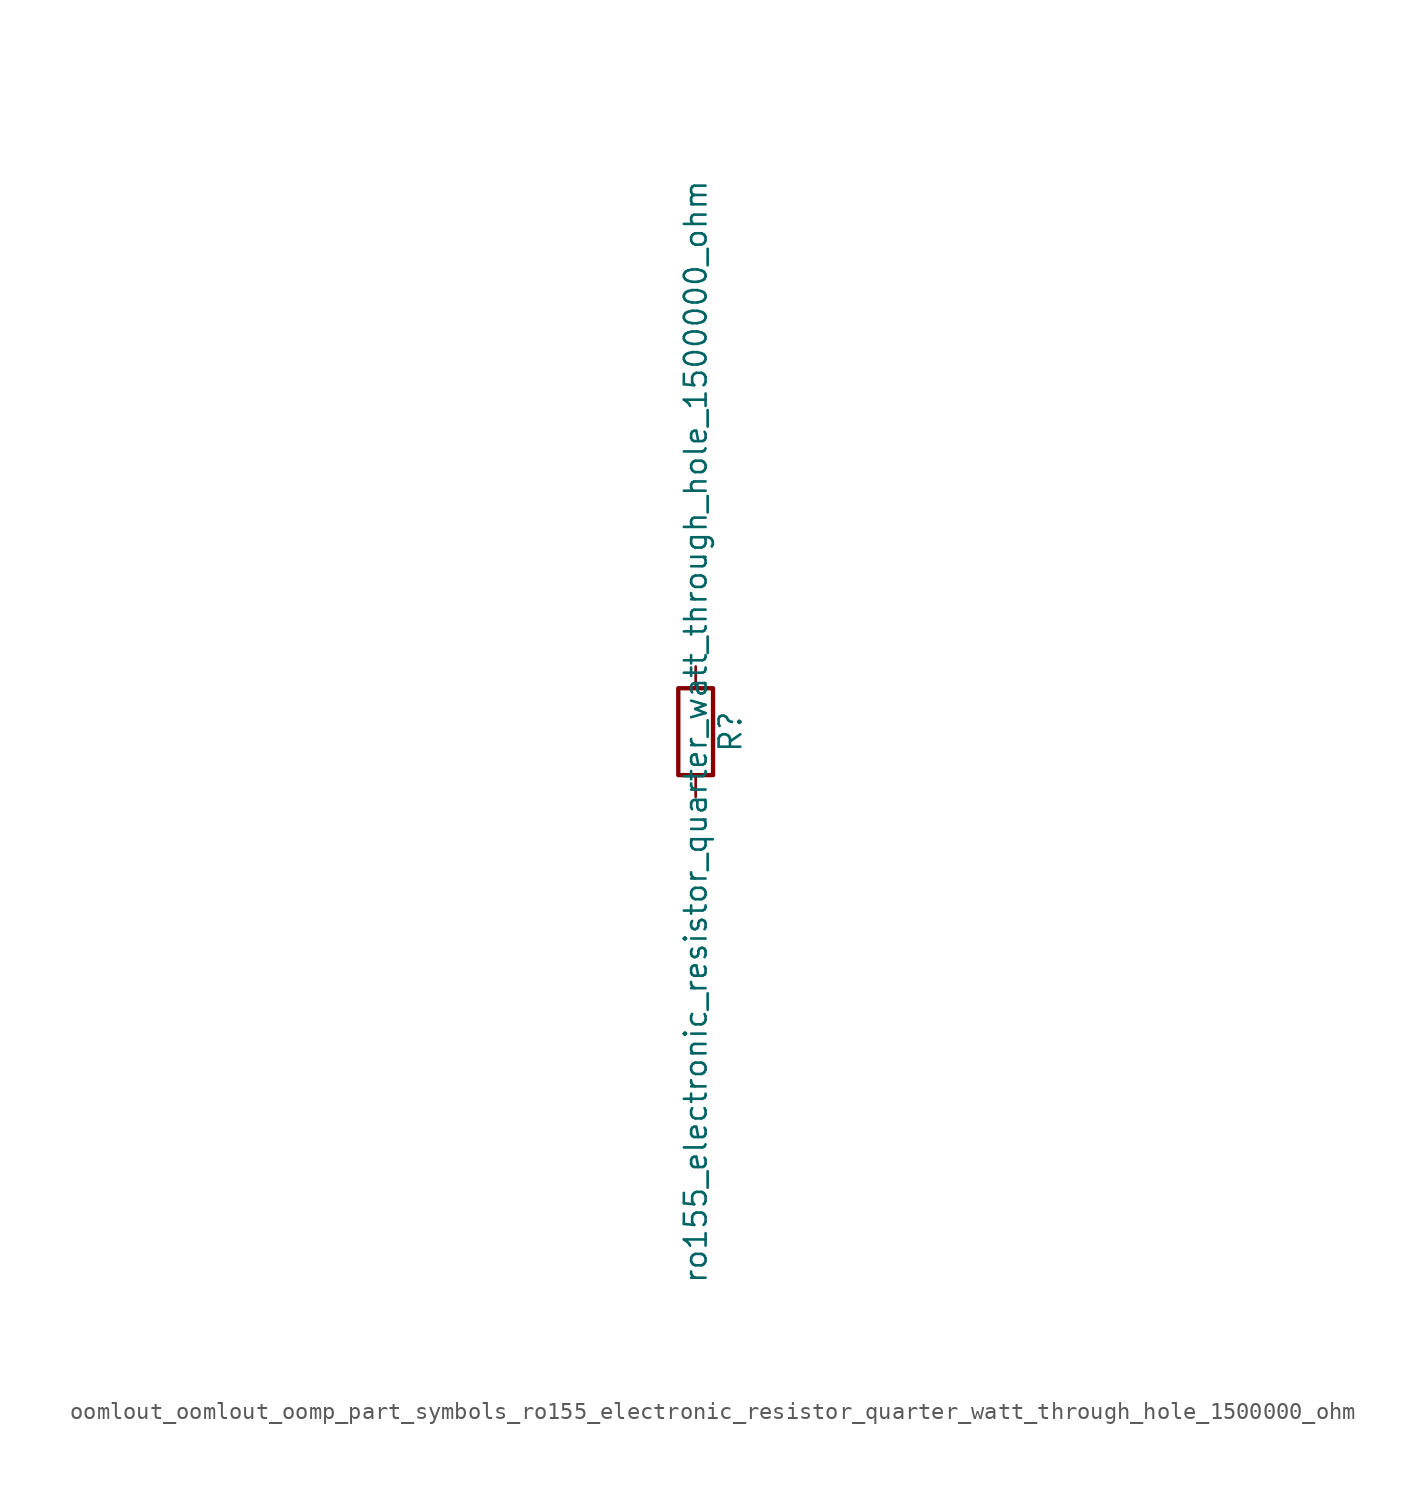
<source format=kicad_sym>
(kicad_symbol_lib
  (version 20220914)
  (generator kicad_symbol_editor)
  (symbol "oomlout_oomlout_oomp_part_symbols_ro155_electronic_resistor_quarter_watt_through_hole_1500000_ohm"
    (pin_numbers hide)
    (pin_names
      (offset 0))
    (property "Reference" "R"
      (at 2.032 0 90)
      (effects (font (size 1.27 1.27))))
    (property "Value" "ro155_electronic_resistor_quarter_watt_through_hole_1500000_ohm"
      (at 0 0 90)
      (effects (font (size 1.27 1.27))))
    (symbol "oomlout_oomlout_oomp_part_symbols_ro155_electronic_resistor_quarter_watt_through_hole_1500000_ohm_0_1"
      (rectangle (start -1.016 -2.54) (end 1.016 2.54) (stroke (width 0.254) (type default)) (fill (type none))))
    (symbol "oomlout_oomlout_oomp_part_symbols_ro155_electronic_resistor_quarter_watt_through_hole_1500000_ohm_1_1"
      (pin passive line (at 0 3.81 270) (length 1.27) (name "~" (effects (font (size 1.27 1.27)))) (number "1" (effects (font (size 1.27 1.27)))))
      (pin passive line (at 0 -3.81 90) (length 1.27) (name "~" (effects (font (size 1.27 1.27)))) (number "2" (effects (font (size 1.27 1.27))))))))
</source>
